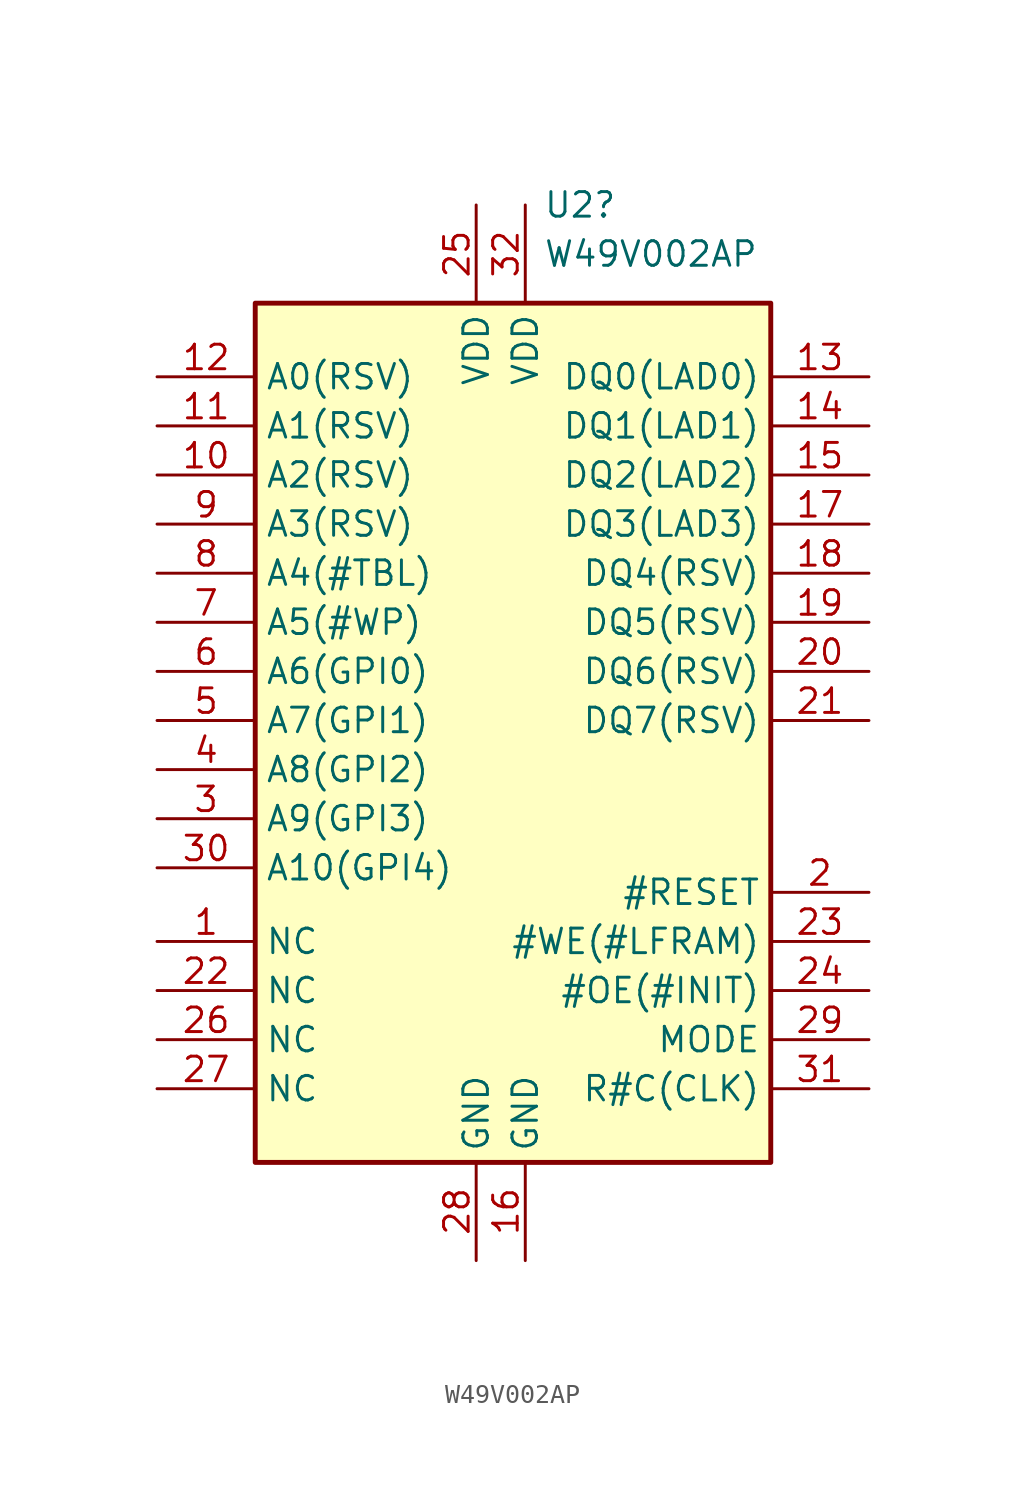
<source format=kicad_sym>
(kicad_symbol_lib
  (version 20231120)
  (generator "kicad_symbol_editor")
  (generator_version "8.0")
  (symbol "W49V002AP"
    (property "Reference" "U2"
      (at 2.194 36.83 0)
      (effects (font (size 1.27 1.27)) (justify left)))
    (property "Value" "W49V002AP"
      (at 2.194 34.29 0)
      (effects (font (size 1.27 1.27)) (justify left)))
    (symbol "W49V002AP_0_0"
      (pin power_in line (at 1.27 -17.78 90) (length 5.08) (name "GND" (effects (font (size 1.27 1.27)))) (number "16" (effects (font (size 1.27 1.27))))))
    (symbol "W49V002AP_0_1"
      (rectangle (start -12.7 31.75) (end 13.97 -12.7) (stroke (width 0.254) (type default)) (fill (type background))))
    (symbol "W49V002AP_1_0"
      (pin power_in line (at -1.27 36.83 270) (length 5.08) (name "VDD" (effects (font (size 1.27 1.27)))) (number "25" (effects (font (size 1.27 1.27)))))
      (pin power_in line (at -1.27 -17.78 90) (length 5.08) (name "GND" (effects (font (size 1.27 1.27)))) (number "28" (effects (font (size 1.27 1.27)))))
      (pin power_in line (at 1.27 36.83 270) (length 5.08) (name "VDD" (effects (font (size 1.27 1.27)))) (number "32" (effects (font (size 1.27 1.27))))))
    (symbol "W49V002AP_1_1"
      (pin input line (at -17.78 -1.27 0) (length 5.08) (name "NC" (effects (font (size 1.27 1.27)))) (number "1" (effects (font (size 1.27 1.27)))))
      (pin input line (at -17.78 22.86 0) (length 5.08) (name "A2(RSV)" (effects (font (size 1.27 1.27)))) (number "10" (effects (font (size 1.27 1.27)))))
      (pin input line (at -17.78 25.4 0) (length 5.08) (name "A1(RSV)" (effects (font (size 1.27 1.27)))) (number "11" (effects (font (size 1.27 1.27)))))
      (pin input line (at -17.78 27.94 0) (length 5.08) (name "A0(RSV)" (effects (font (size 1.27 1.27)))) (number "12" (effects (font (size 1.27 1.27)))))
      (pin tri_state line (at 19.05 27.94 180) (length 5.08) (name "DQ0(LAD0)" (effects (font (size 1.27 1.27)))) (number "13" (effects (font (size 1.27 1.27)))))
      (pin tri_state line (at 19.05 25.4 180) (length 5.08) (name "DQ1(LAD1)" (effects (font (size 1.27 1.27)))) (number "14" (effects (font (size 1.27 1.27)))))
      (pin tri_state line (at 19.05 22.86 180) (length 5.08) (name "DQ2(LAD2)" (effects (font (size 1.27 1.27)))) (number "15" (effects (font (size 1.27 1.27)))))
      (pin tri_state line (at 19.05 20.32 180) (length 5.08) (name "DQ3(LAD3)" (effects (font (size 1.27 1.27)))) (number "17" (effects (font (size 1.27 1.27)))))
      (pin tri_state line (at 19.05 17.78 180) (length 5.08) (name "DQ4(RSV)" (effects (font (size 1.27 1.27)))) (number "18" (effects (font (size 1.27 1.27)))))
      (pin tri_state line (at 19.05 15.24 180) (length 5.08) (name "DQ5(RSV)" (effects (font (size 1.27 1.27)))) (number "19" (effects (font (size 1.27 1.27)))))
      (pin input line (at 19.05 1.27 180) (length 5.08) (name "#RESET" (effects (font (size 1.27 1.27)))) (number "2" (effects (font (size 1.27 1.27)))))
      (pin tri_state line (at 19.05 12.7 180) (length 5.08) (name "DQ6(RSV)" (effects (font (size 1.27 1.27)))) (number "20" (effects (font (size 1.27 1.27)))))
      (pin tri_state line (at 19.05 10.16 180) (length 5.08) (name "DQ7(RSV)" (effects (font (size 1.27 1.27)))) (number "21" (effects (font (size 1.27 1.27)))))
      (pin input line (at -17.78 -3.81 0) (length 5.08) (name "NC" (effects (font (size 1.27 1.27)))) (number "22" (effects (font (size 1.27 1.27)))))
      (pin input line (at 19.05 -1.27 180) (length 5.08) (name "#WE(#LFRAM)" (effects (font (size 1.27 1.27)))) (number "23" (effects (font (size 1.27 1.27)))))
      (pin input line (at 19.05 -3.81 180) (length 5.08) (name "#OE(#INIT)" (effects (font (size 1.27 1.27)))) (number "24" (effects (font (size 1.27 1.27)))))
      (pin input line (at -17.78 -6.35 0) (length 5.08) (name "NC" (effects (font (size 1.27 1.27)))) (number "26" (effects (font (size 1.27 1.27)))))
      (pin input line (at -17.78 -8.89 0) (length 5.08) (name "NC" (effects (font (size 1.27 1.27)))) (number "27" (effects (font (size 1.27 1.27)))))
      (pin input line (at 19.05 -6.35 180) (length 5.08) (name "MODE" (effects (font (size 1.27 1.27)))) (number "29" (effects (font (size 1.27 1.27)))))
      (pin input line (at -17.78 5.08 0) (length 5.08) (name "A9(GPI3)" (effects (font (size 1.27 1.27)))) (number "3" (effects (font (size 1.27 1.27)))))
      (pin input line (at -17.78 2.54 0) (length 5.08) (name "A10(GPI4)" (effects (font (size 1.27 1.27)))) (number "30" (effects (font (size 1.27 1.27)))))
      (pin input line (at 19.05 -8.89 180) (length 5.08) (name "R#C(CLK)" (effects (font (size 1.27 1.27)))) (number "31" (effects (font (size 1.27 1.27)))))
      (pin input line (at -17.78 7.62 0) (length 5.08) (name "A8(GPI2)" (effects (font (size 1.27 1.27)))) (number "4" (effects (font (size 1.27 1.27)))))
      (pin input line (at -17.78 10.16 0) (length 5.08) (name "A7(GPI1)" (effects (font (size 1.27 1.27)))) (number "5" (effects (font (size 1.27 1.27)))))
      (pin input line (at -17.78 12.7 0) (length 5.08) (name "A6(GPI0)" (effects (font (size 1.27 1.27)))) (number "6" (effects (font (size 1.27 1.27)))))
      (pin input line (at -17.78 15.24 0) (length 5.08) (name "A5(#WP)" (effects (font (size 1.27 1.27)))) (number "7" (effects (font (size 1.27 1.27)))))
      (pin input line (at -17.78 17.78 0) (length 5.08) (name "A4(#TBL)" (effects (font (size 1.27 1.27)))) (number "8" (effects (font (size 1.27 1.27)))))
      (pin input line (at -17.78 20.32 0) (length 5.08) (name "A3(RSV)" (effects (font (size 1.27 1.27)))) (number "9" (effects (font (size 1.27 1.27))))))))
</source>
